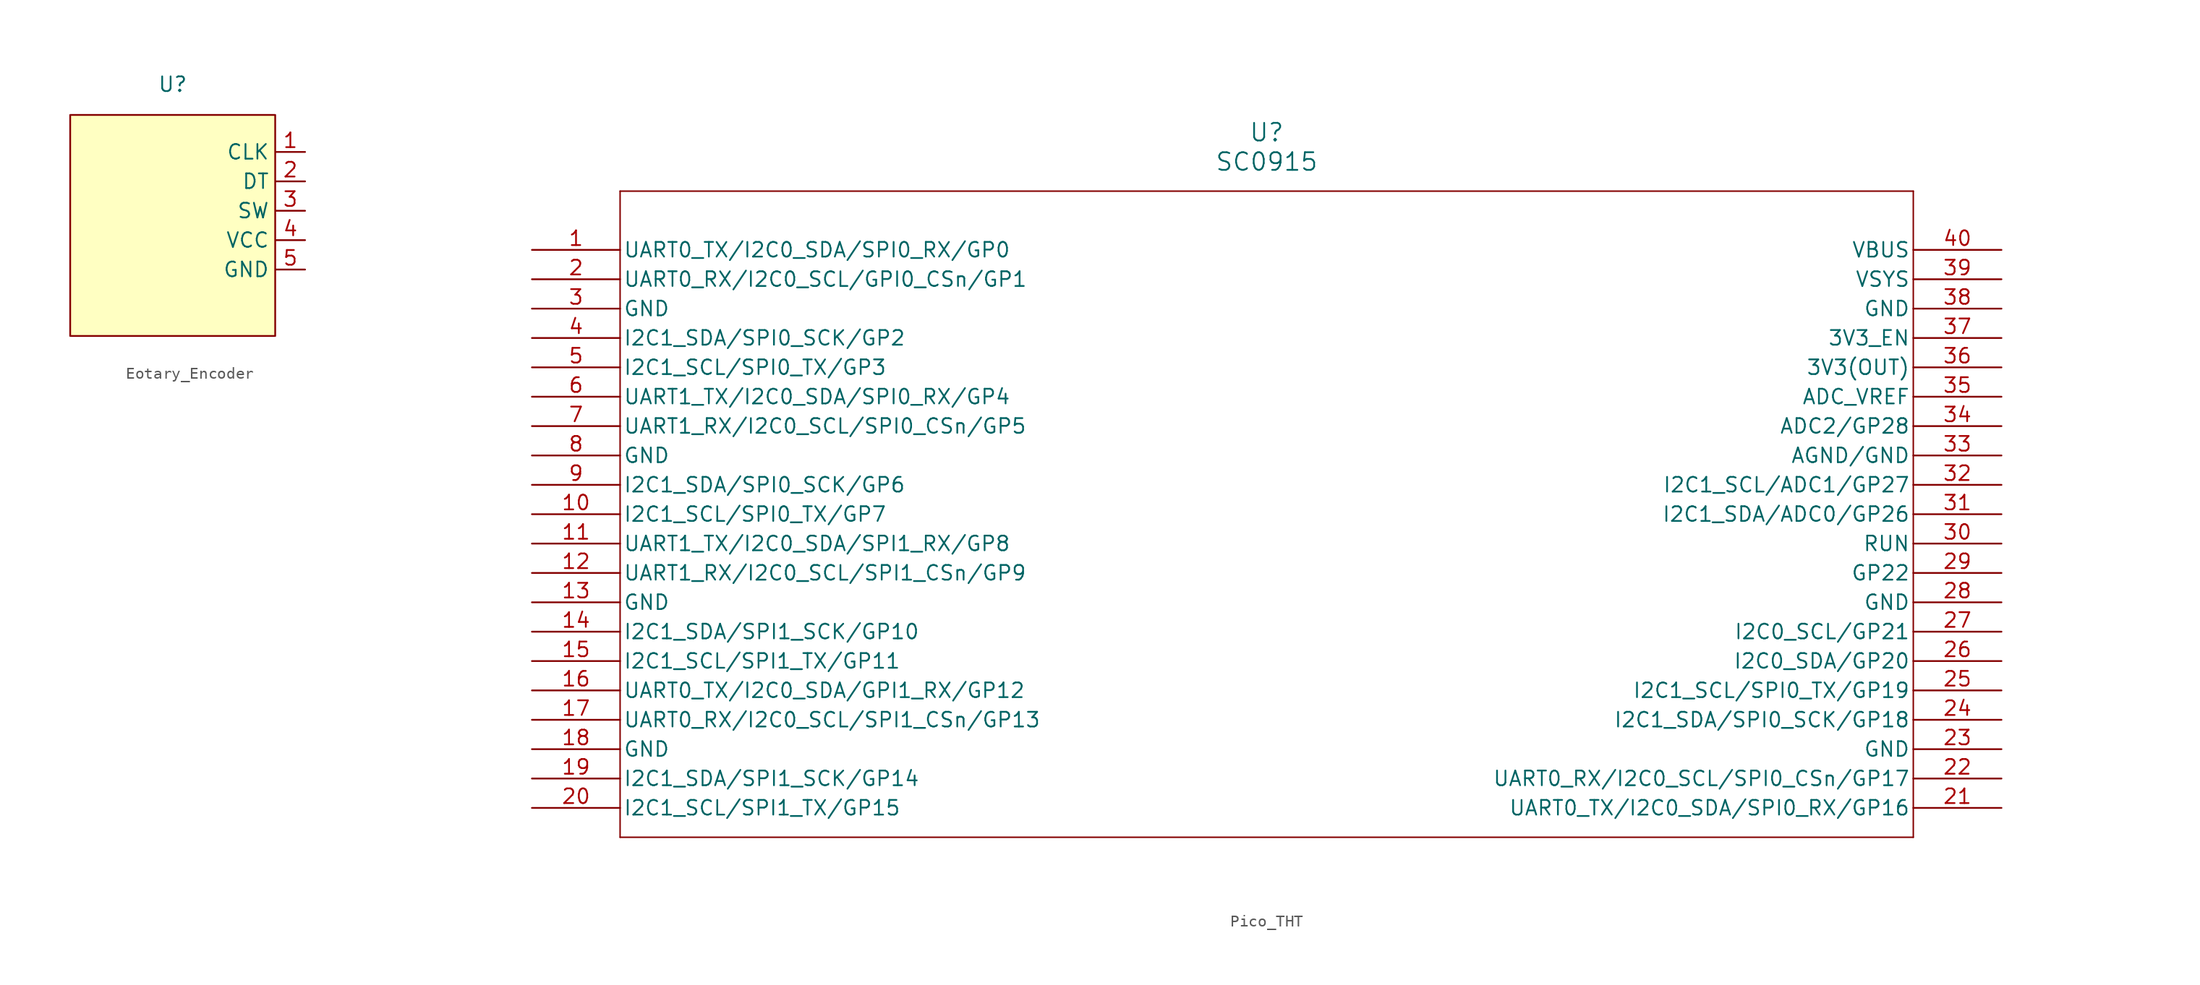
<source format=kicad_sym>
(kicad_symbol_lib
  (version 20241209)
  (generator "kicad_symbol_editor")
  (generator_version "9.0")
  (symbol "Eotary_Encoder"
    (property "Reference" "U"
      (at 0 2.032 0)
      (effects (font (size 1.27 1.27))))
    (property "Value" ""
      (at 0 0 0)
      (effects (font (size 1.27 1.27))))
    (symbol "Eotary_Encoder_1_1"
      (rectangle (start -8.85 -0.61) (end 8.85 -19.71) (stroke (width 0) (type solid)) (fill (type background)))
      (pin input line (at 11.43 -3.81 180) (length 2.54) (name "CLK" (effects (font (size 1.27 1.27)))) (number "1" (effects (font (size 1.27 1.27)))))
      (pin input line (at 11.43 -6.35 180) (length 2.54) (name "DT" (effects (font (size 1.27 1.27)))) (number "2" (effects (font (size 1.27 1.27)))))
      (pin input line (at 11.43 -8.89 180) (length 2.54) (name "SW" (effects (font (size 1.27 1.27)))) (number "3" (effects (font (size 1.27 1.27)))))
      (pin input line (at 11.43 -11.43 180) (length 2.54) (name "VCC" (effects (font (size 1.27 1.27)))) (number "4" (effects (font (size 1.27 1.27)))))
      (pin input line (at 11.43 -13.97 180) (length 2.54) (name "GND" (effects (font (size 1.27 1.27)))) (number "5" (effects (font (size 1.27 1.27)))))))
  (symbol "Pico_THT"
    (pin_names
      (offset 0.254))
    (property "Reference" "U"
      (at 63.5 10.16 0)
      (effects (font (size 1.524 1.524))))
    (property "Value" "SC0915"
      (at 63.5 7.62 0)
      (effects (font (size 1.524 1.524))))
    (property "ki_locked" ""
      (at 0 0 0)
      (effects (font (size 1.27 1.27))))
    (symbol "Pico_THT_0_1"
      (polyline (pts (xy 7.62 5.08) (xy 7.62 -50.8)) (stroke (width 0.127) (type default)) (fill (type none)))
      (polyline (pts (xy 7.62 -50.8) (xy 119.38 -50.8)) (stroke (width 0.127) (type default)) (fill (type none)))
      (polyline (pts (xy 119.38 5.08) (xy 7.62 5.08)) (stroke (width 0.127) (type default)) (fill (type none)))
      (polyline (pts (xy 119.38 5.08) (xy 119.38 -50.8)) (stroke (width 0.127) (type default)) (fill (type none)))
      (pin bidirectional line (at 0 0 0) (length 7.62) (name "UART0_TX/I2C0_SDA/SPI0_RX/GP0" (effects (font (size 1.27 1.27)))) (number "1" (effects (font (size 1.27 1.27)))))
      (pin bidirectional line (at 0 -2.54 0) (length 7.62) (name "UART0_RX/I2C0_SCL/GPI0_CSn/GP1" (effects (font (size 1.27 1.27)))) (number "2" (effects (font (size 1.27 1.27)))))
      (pin power_out line (at 0 -5.08 0) (length 7.62) (name "GND" (effects (font (size 1.27 1.27)))) (number "3" (effects (font (size 1.27 1.27)))))
      (pin bidirectional line (at 0 -7.62 0) (length 7.62) (name "I2C1_SDA/SPI0_SCK/GP2" (effects (font (size 1.27 1.27)))) (number "4" (effects (font (size 1.27 1.27)))))
      (pin bidirectional line (at 0 -10.16 0) (length 7.62) (name "I2C1_SCL/SPI0_TX/GP3" (effects (font (size 1.27 1.27)))) (number "5" (effects (font (size 1.27 1.27)))))
      (pin bidirectional line (at 0 -12.7 0) (length 7.62) (name "UART1_TX/I2C0_SDA/SPI0_RX/GP4" (effects (font (size 1.27 1.27)))) (number "6" (effects (font (size 1.27 1.27)))))
      (pin bidirectional line (at 0 -15.24 0) (length 7.62) (name "UART1_RX/I2C0_SCL/SPI0_CSn/GP5" (effects (font (size 1.27 1.27)))) (number "7" (effects (font (size 1.27 1.27)))))
      (pin power_out line (at 0 -17.78 0) (length 7.62) (name "GND" (effects (font (size 1.27 1.27)))) (number "8" (effects (font (size 1.27 1.27)))))
      (pin bidirectional line (at 0 -20.32 0) (length 7.62) (name "I2C1_SDA/SPI0_SCK/GP6" (effects (font (size 1.27 1.27)))) (number "9" (effects (font (size 1.27 1.27)))))
      (pin bidirectional line (at 0 -22.86 0) (length 7.62) (name "I2C1_SCL/SPI0_TX/GP7" (effects (font (size 1.27 1.27)))) (number "10" (effects (font (size 1.27 1.27)))))
      (pin bidirectional line (at 0 -25.4 0) (length 7.62) (name "UART1_TX/I2C0_SDA/SPI1_RX/GP8" (effects (font (size 1.27 1.27)))) (number "11" (effects (font (size 1.27 1.27)))))
      (pin bidirectional line (at 0 -27.94 0) (length 7.62) (name "UART1_RX/I2C0_SCL/SPI1_CSn/GP9" (effects (font (size 1.27 1.27)))) (number "12" (effects (font (size 1.27 1.27)))))
      (pin power_out line (at 0 -30.48 0) (length 7.62) (name "GND" (effects (font (size 1.27 1.27)))) (number "13" (effects (font (size 1.27 1.27)))))
      (pin bidirectional line (at 0 -33.02 0) (length 7.62) (name "I2C1_SDA/SPI1_SCK/GP10" (effects (font (size 1.27 1.27)))) (number "14" (effects (font (size 1.27 1.27)))))
      (pin bidirectional line (at 0 -35.56 0) (length 7.62) (name "I2C1_SCL/SPI1_TX/GP11" (effects (font (size 1.27 1.27)))) (number "15" (effects (font (size 1.27 1.27)))))
      (pin bidirectional line (at 0 -38.1 0) (length 7.62) (name "UART0_TX/I2C0_SDA/GPI1_RX/GP12" (effects (font (size 1.27 1.27)))) (number "16" (effects (font (size 1.27 1.27)))))
      (pin bidirectional line (at 0 -40.64 0) (length 7.62) (name "UART0_RX/I2C0_SCL/SPI1_CSn/GP13" (effects (font (size 1.27 1.27)))) (number "17" (effects (font (size 1.27 1.27)))))
      (pin power_out line (at 0 -43.18 0) (length 7.62) (name "GND" (effects (font (size 1.27 1.27)))) (number "18" (effects (font (size 1.27 1.27)))))
      (pin bidirectional line (at 0 -45.72 0) (length 7.62) (name "I2C1_SDA/SPI1_SCK/GP14" (effects (font (size 1.27 1.27)))) (number "19" (effects (font (size 1.27 1.27)))))
      (pin bidirectional line (at 0 -48.26 0) (length 7.62) (name "I2C1_SCL/SPI1_TX/GP15" (effects (font (size 1.27 1.27)))) (number "20" (effects (font (size 1.27 1.27)))))
      (pin power_in line (at 127 0 180) (length 7.62) (name "VBUS" (effects (font (size 1.27 1.27)))) (number "40" (effects (font (size 1.27 1.27)))))
      (pin power_in line (at 127 -2.54 180) (length 7.62) (name "VSYS" (effects (font (size 1.27 1.27)))) (number "39" (effects (font (size 1.27 1.27)))))
      (pin power_out line (at 127 -5.08 180) (length 7.62) (name "GND" (effects (font (size 1.27 1.27)))) (number "38" (effects (font (size 1.27 1.27)))))
      (pin power_in line (at 127 -7.62 180) (length 7.62) (name "3V3_EN" (effects (font (size 1.27 1.27)))) (number "37" (effects (font (size 1.27 1.27)))))
      (pin output line (at 127 -10.16 180) (length 7.62) (name "3V3(OUT)" (effects (font (size 1.27 1.27)))) (number "36" (effects (font (size 1.27 1.27)))))
      (pin power_in line (at 127 -12.7 180) (length 7.62) (name "ADC_VREF" (effects (font (size 1.27 1.27)))) (number "35" (effects (font (size 1.27 1.27)))))
      (pin bidirectional line (at 127 -15.24 180) (length 7.62) (name "ADC2/GP28" (effects (font (size 1.27 1.27)))) (number "34" (effects (font (size 1.27 1.27)))))
      (pin power_out line (at 127 -17.78 180) (length 7.62) (name "AGND/GND" (effects (font (size 1.27 1.27)))) (number "33" (effects (font (size 1.27 1.27)))))
      (pin bidirectional line (at 127 -20.32 180) (length 7.62) (name "I2C1_SCL/ADC1/GP27" (effects (font (size 1.27 1.27)))) (number "32" (effects (font (size 1.27 1.27)))))
      (pin bidirectional line (at 127 -22.86 180) (length 7.62) (name "I2C1_SDA/ADC0/GP26" (effects (font (size 1.27 1.27)))) (number "31" (effects (font (size 1.27 1.27)))))
      (pin unspecified line (at 127 -25.4 180) (length 7.62) (name "RUN" (effects (font (size 1.27 1.27)))) (number "30" (effects (font (size 1.27 1.27)))))
      (pin bidirectional line (at 127 -27.94 180) (length 7.62) (name "GP22" (effects (font (size 1.27 1.27)))) (number "29" (effects (font (size 1.27 1.27)))))
      (pin power_out line (at 127 -30.48 180) (length 7.62) (name "GND" (effects (font (size 1.27 1.27)))) (number "28" (effects (font (size 1.27 1.27)))))
      (pin bidirectional line (at 127 -33.02 180) (length 7.62) (name "I2C0_SCL/GP21" (effects (font (size 1.27 1.27)))) (number "27" (effects (font (size 1.27 1.27)))))
      (pin bidirectional line (at 127 -35.56 180) (length 7.62) (name "I2C0_SDA/GP20" (effects (font (size 1.27 1.27)))) (number "26" (effects (font (size 1.27 1.27)))))
      (pin bidirectional line (at 127 -38.1 180) (length 7.62) (name "I2C1_SCL/SPI0_TX/GP19" (effects (font (size 1.27 1.27)))) (number "25" (effects (font (size 1.27 1.27)))))
      (pin bidirectional line (at 127 -40.64 180) (length 7.62) (name "I2C1_SDA/SPI0_SCK/GP18" (effects (font (size 1.27 1.27)))) (number "24" (effects (font (size 1.27 1.27)))))
      (pin power_out line (at 127 -43.18 180) (length 7.62) (name "GND" (effects (font (size 1.27 1.27)))) (number "23" (effects (font (size 1.27 1.27)))))
      (pin bidirectional line (at 127 -45.72 180) (length 7.62) (name "UART0_RX/I2C0_SCL/SPI0_CSn/GP17" (effects (font (size 1.27 1.27)))) (number "22" (effects (font (size 1.27 1.27)))))
      (pin bidirectional line (at 127 -48.26 180) (length 7.62) (name "UART0_TX/I2C0_SDA/SPI0_RX/GP16" (effects (font (size 1.27 1.27)))) (number "21" (effects (font (size 1.27 1.27))))))))
</source>
